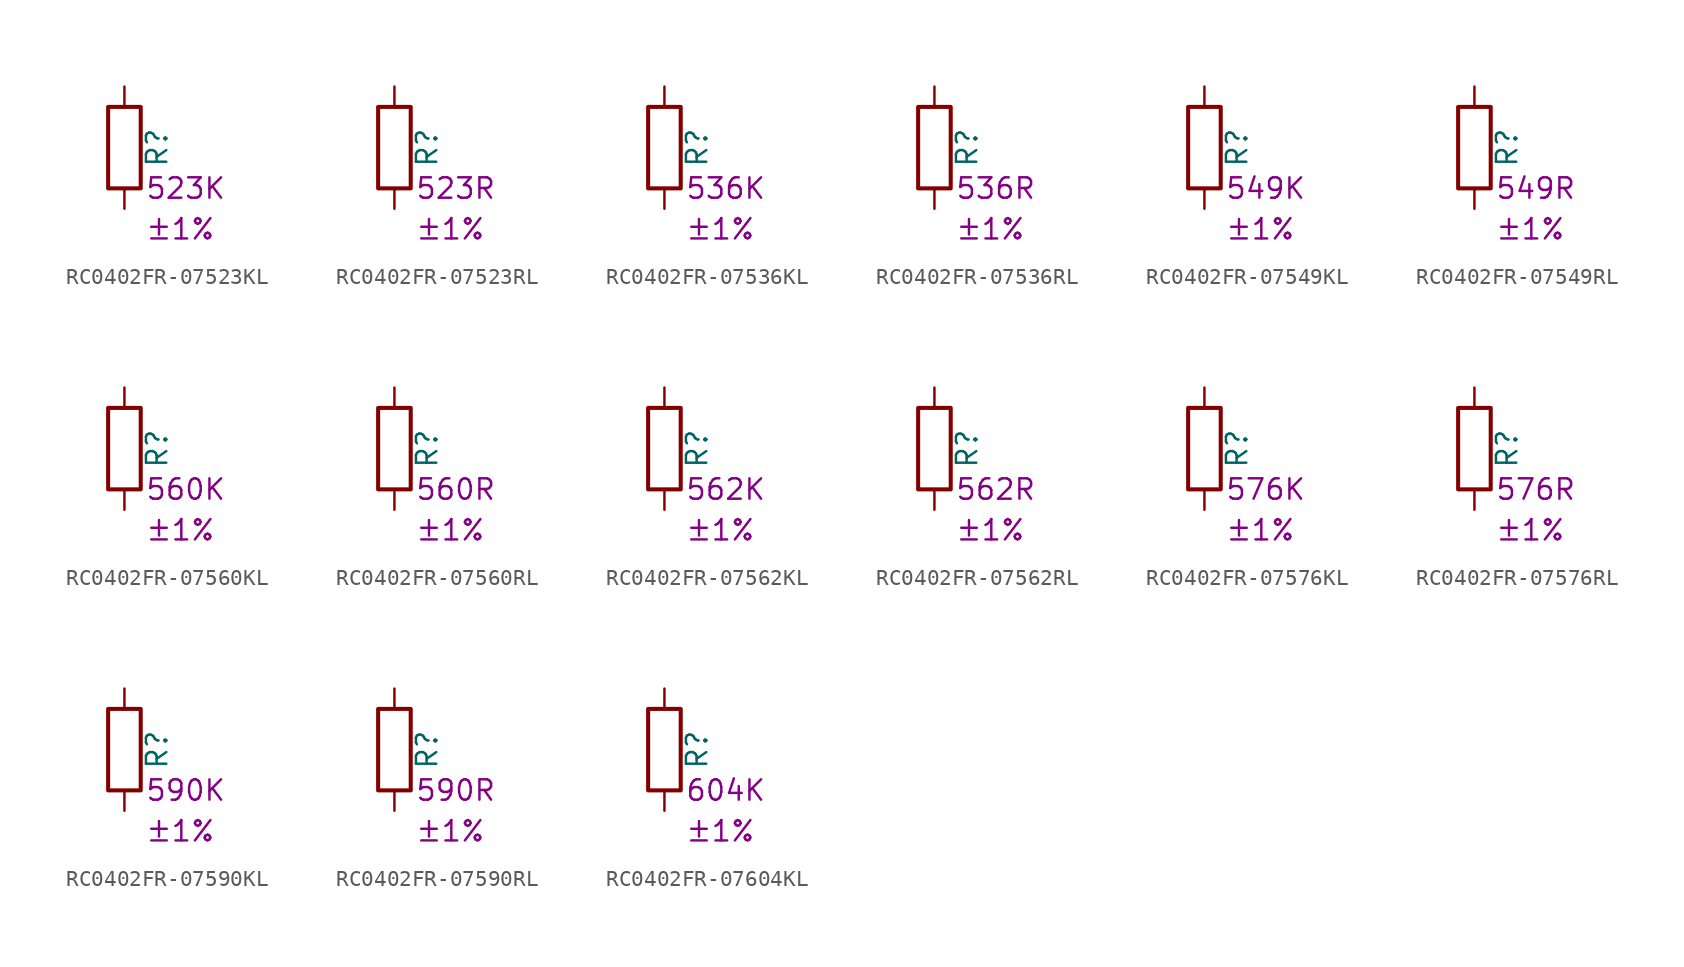
<source format=kicad_sym>
(kicad_symbol_lib
  (version 20220914)
  (generator kicad_symbol_editor)
  (symbol "RC0402FR-07523KL"
    (pin_numbers hide)
    (pin_names
      (offset 0))
    (property "Reference" "R"
      (at 2.032 0 90)
      (effects (font (size 1.27 1.27))))
    (property "Resistance" "523K"
      (at 1.27 -2.54 0)
      (effects (font (size 1.27 1.27)) (justify left)))
    (property "Tolerance" "±1%"
      (at 1.27 -5.08 0)
      (effects (font (size 1.27 1.27)) (justify left)))
    (symbol "RC0402FR-07523KL_0_1"
      (rectangle (start -1.016 -2.54) (end 1.016 2.54) (stroke (width 0.254) (type default)) (fill (type none))))
    (symbol "RC0402FR-07523KL_1_1"
      (pin passive line (at 0 3.81 270) (length 1.27) (name "~" (effects (font (size 1.27 1.27)))) (number "1" (effects (font (size 1.27 1.27)))))
      (pin passive line (at 0 -3.81 90) (length 1.27) (name "~" (effects (font (size 1.27 1.27)))) (number "2" (effects (font (size 1.27 1.27)))))))
  (symbol "RC0402FR-07523RL"
    (pin_numbers hide)
    (pin_names
      (offset 0))
    (property "Reference" "R"
      (at 2.032 0 90)
      (effects (font (size 1.27 1.27))))
    (property "Resistance" "523R"
      (at 1.27 -2.54 0)
      (effects (font (size 1.27 1.27)) (justify left)))
    (property "Tolerance" "±1%"
      (at 1.27 -5.08 0)
      (effects (font (size 1.27 1.27)) (justify left)))
    (symbol "RC0402FR-07523RL_0_1"
      (rectangle (start -1.016 -2.54) (end 1.016 2.54) (stroke (width 0.254) (type default)) (fill (type none))))
    (symbol "RC0402FR-07523RL_1_1"
      (pin passive line (at 0 3.81 270) (length 1.27) (name "~" (effects (font (size 1.27 1.27)))) (number "1" (effects (font (size 1.27 1.27)))))
      (pin passive line (at 0 -3.81 90) (length 1.27) (name "~" (effects (font (size 1.27 1.27)))) (number "2" (effects (font (size 1.27 1.27)))))))
  (symbol "RC0402FR-07536KL"
    (pin_numbers hide)
    (pin_names
      (offset 0))
    (property "Reference" "R"
      (at 2.032 0 90)
      (effects (font (size 1.27 1.27))))
    (property "Resistance" "536K"
      (at 1.27 -2.54 0)
      (effects (font (size 1.27 1.27)) (justify left)))
    (property "Tolerance" "±1%"
      (at 1.27 -5.08 0)
      (effects (font (size 1.27 1.27)) (justify left)))
    (symbol "RC0402FR-07536KL_0_1"
      (rectangle (start -1.016 -2.54) (end 1.016 2.54) (stroke (width 0.254) (type default)) (fill (type none))))
    (symbol "RC0402FR-07536KL_1_1"
      (pin passive line (at 0 3.81 270) (length 1.27) (name "~" (effects (font (size 1.27 1.27)))) (number "1" (effects (font (size 1.27 1.27)))))
      (pin passive line (at 0 -3.81 90) (length 1.27) (name "~" (effects (font (size 1.27 1.27)))) (number "2" (effects (font (size 1.27 1.27)))))))
  (symbol "RC0402FR-07536RL"
    (pin_numbers hide)
    (pin_names
      (offset 0))
    (property "Reference" "R"
      (at 2.032 0 90)
      (effects (font (size 1.27 1.27))))
    (property "Resistance" "536R"
      (at 1.27 -2.54 0)
      (effects (font (size 1.27 1.27)) (justify left)))
    (property "Tolerance" "±1%"
      (at 1.27 -5.08 0)
      (effects (font (size 1.27 1.27)) (justify left)))
    (symbol "RC0402FR-07536RL_0_1"
      (rectangle (start -1.016 -2.54) (end 1.016 2.54) (stroke (width 0.254) (type default)) (fill (type none))))
    (symbol "RC0402FR-07536RL_1_1"
      (pin passive line (at 0 3.81 270) (length 1.27) (name "~" (effects (font (size 1.27 1.27)))) (number "1" (effects (font (size 1.27 1.27)))))
      (pin passive line (at 0 -3.81 90) (length 1.27) (name "~" (effects (font (size 1.27 1.27)))) (number "2" (effects (font (size 1.27 1.27)))))))
  (symbol "RC0402FR-07549KL"
    (pin_numbers hide)
    (pin_names
      (offset 0))
    (property "Reference" "R"
      (at 2.032 0 90)
      (effects (font (size 1.27 1.27))))
    (property "Resistance" "549K"
      (at 1.27 -2.54 0)
      (effects (font (size 1.27 1.27)) (justify left)))
    (property "Tolerance" "±1%"
      (at 1.27 -5.08 0)
      (effects (font (size 1.27 1.27)) (justify left)))
    (symbol "RC0402FR-07549KL_0_1"
      (rectangle (start -1.016 -2.54) (end 1.016 2.54) (stroke (width 0.254) (type default)) (fill (type none))))
    (symbol "RC0402FR-07549KL_1_1"
      (pin passive line (at 0 3.81 270) (length 1.27) (name "~" (effects (font (size 1.27 1.27)))) (number "1" (effects (font (size 1.27 1.27)))))
      (pin passive line (at 0 -3.81 90) (length 1.27) (name "~" (effects (font (size 1.27 1.27)))) (number "2" (effects (font (size 1.27 1.27)))))))
  (symbol "RC0402FR-07549RL"
    (pin_numbers hide)
    (pin_names
      (offset 0))
    (property "Reference" "R"
      (at 2.032 0 90)
      (effects (font (size 1.27 1.27))))
    (property "Resistance" "549R"
      (at 1.27 -2.54 0)
      (effects (font (size 1.27 1.27)) (justify left)))
    (property "Tolerance" "±1%"
      (at 1.27 -5.08 0)
      (effects (font (size 1.27 1.27)) (justify left)))
    (symbol "RC0402FR-07549RL_0_1"
      (rectangle (start -1.016 -2.54) (end 1.016 2.54) (stroke (width 0.254) (type default)) (fill (type none))))
    (symbol "RC0402FR-07549RL_1_1"
      (pin passive line (at 0 3.81 270) (length 1.27) (name "~" (effects (font (size 1.27 1.27)))) (number "1" (effects (font (size 1.27 1.27)))))
      (pin passive line (at 0 -3.81 90) (length 1.27) (name "~" (effects (font (size 1.27 1.27)))) (number "2" (effects (font (size 1.27 1.27)))))))
  (symbol "RC0402FR-07560KL"
    (pin_numbers hide)
    (pin_names
      (offset 0))
    (property "Reference" "R"
      (at 2.032 0 90)
      (effects (font (size 1.27 1.27))))
    (property "Resistance" "560K"
      (at 1.27 -2.54 0)
      (effects (font (size 1.27 1.27)) (justify left)))
    (property "Tolerance" "±1%"
      (at 1.27 -5.08 0)
      (effects (font (size 1.27 1.27)) (justify left)))
    (symbol "RC0402FR-07560KL_0_1"
      (rectangle (start -1.016 -2.54) (end 1.016 2.54) (stroke (width 0.254) (type default)) (fill (type none))))
    (symbol "RC0402FR-07560KL_1_1"
      (pin passive line (at 0 3.81 270) (length 1.27) (name "~" (effects (font (size 1.27 1.27)))) (number "1" (effects (font (size 1.27 1.27)))))
      (pin passive line (at 0 -3.81 90) (length 1.27) (name "~" (effects (font (size 1.27 1.27)))) (number "2" (effects (font (size 1.27 1.27)))))))
  (symbol "RC0402FR-07560RL"
    (pin_numbers hide)
    (pin_names
      (offset 0))
    (property "Reference" "R"
      (at 2.032 0 90)
      (effects (font (size 1.27 1.27))))
    (property "Resistance" "560R"
      (at 1.27 -2.54 0)
      (effects (font (size 1.27 1.27)) (justify left)))
    (property "Tolerance" "±1%"
      (at 1.27 -5.08 0)
      (effects (font (size 1.27 1.27)) (justify left)))
    (symbol "RC0402FR-07560RL_0_1"
      (rectangle (start -1.016 -2.54) (end 1.016 2.54) (stroke (width 0.254) (type default)) (fill (type none))))
    (symbol "RC0402FR-07560RL_1_1"
      (pin passive line (at 0 3.81 270) (length 1.27) (name "~" (effects (font (size 1.27 1.27)))) (number "1" (effects (font (size 1.27 1.27)))))
      (pin passive line (at 0 -3.81 90) (length 1.27) (name "~" (effects (font (size 1.27 1.27)))) (number "2" (effects (font (size 1.27 1.27)))))))
  (symbol "RC0402FR-07562KL"
    (pin_numbers hide)
    (pin_names
      (offset 0))
    (property "Reference" "R"
      (at 2.032 0 90)
      (effects (font (size 1.27 1.27))))
    (property "Resistance" "562K"
      (at 1.27 -2.54 0)
      (effects (font (size 1.27 1.27)) (justify left)))
    (property "Tolerance" "±1%"
      (at 1.27 -5.08 0)
      (effects (font (size 1.27 1.27)) (justify left)))
    (symbol "RC0402FR-07562KL_0_1"
      (rectangle (start -1.016 -2.54) (end 1.016 2.54) (stroke (width 0.254) (type default)) (fill (type none))))
    (symbol "RC0402FR-07562KL_1_1"
      (pin passive line (at 0 3.81 270) (length 1.27) (name "~" (effects (font (size 1.27 1.27)))) (number "1" (effects (font (size 1.27 1.27)))))
      (pin passive line (at 0 -3.81 90) (length 1.27) (name "~" (effects (font (size 1.27 1.27)))) (number "2" (effects (font (size 1.27 1.27)))))))
  (symbol "RC0402FR-07562RL"
    (pin_numbers hide)
    (pin_names
      (offset 0))
    (property "Reference" "R"
      (at 2.032 0 90)
      (effects (font (size 1.27 1.27))))
    (property "Resistance" "562R"
      (at 1.27 -2.54 0)
      (effects (font (size 1.27 1.27)) (justify left)))
    (property "Tolerance" "±1%"
      (at 1.27 -5.08 0)
      (effects (font (size 1.27 1.27)) (justify left)))
    (symbol "RC0402FR-07562RL_0_1"
      (rectangle (start -1.016 -2.54) (end 1.016 2.54) (stroke (width 0.254) (type default)) (fill (type none))))
    (symbol "RC0402FR-07562RL_1_1"
      (pin passive line (at 0 3.81 270) (length 1.27) (name "~" (effects (font (size 1.27 1.27)))) (number "1" (effects (font (size 1.27 1.27)))))
      (pin passive line (at 0 -3.81 90) (length 1.27) (name "~" (effects (font (size 1.27 1.27)))) (number "2" (effects (font (size 1.27 1.27)))))))
  (symbol "RC0402FR-07576KL"
    (pin_numbers hide)
    (pin_names
      (offset 0))
    (property "Reference" "R"
      (at 2.032 0 90)
      (effects (font (size 1.27 1.27))))
    (property "Resistance" "576K"
      (at 1.27 -2.54 0)
      (effects (font (size 1.27 1.27)) (justify left)))
    (property "Tolerance" "±1%"
      (at 1.27 -5.08 0)
      (effects (font (size 1.27 1.27)) (justify left)))
    (symbol "RC0402FR-07576KL_0_1"
      (rectangle (start -1.016 -2.54) (end 1.016 2.54) (stroke (width 0.254) (type default)) (fill (type none))))
    (symbol "RC0402FR-07576KL_1_1"
      (pin passive line (at 0 3.81 270) (length 1.27) (name "~" (effects (font (size 1.27 1.27)))) (number "1" (effects (font (size 1.27 1.27)))))
      (pin passive line (at 0 -3.81 90) (length 1.27) (name "~" (effects (font (size 1.27 1.27)))) (number "2" (effects (font (size 1.27 1.27)))))))
  (symbol "RC0402FR-07576RL"
    (pin_numbers hide)
    (pin_names
      (offset 0))
    (property "Reference" "R"
      (at 2.032 0 90)
      (effects (font (size 1.27 1.27))))
    (property "Resistance" "576R"
      (at 1.27 -2.54 0)
      (effects (font (size 1.27 1.27)) (justify left)))
    (property "Tolerance" "±1%"
      (at 1.27 -5.08 0)
      (effects (font (size 1.27 1.27)) (justify left)))
    (symbol "RC0402FR-07576RL_0_1"
      (rectangle (start -1.016 -2.54) (end 1.016 2.54) (stroke (width 0.254) (type default)) (fill (type none))))
    (symbol "RC0402FR-07576RL_1_1"
      (pin passive line (at 0 3.81 270) (length 1.27) (name "~" (effects (font (size 1.27 1.27)))) (number "1" (effects (font (size 1.27 1.27)))))
      (pin passive line (at 0 -3.81 90) (length 1.27) (name "~" (effects (font (size 1.27 1.27)))) (number "2" (effects (font (size 1.27 1.27)))))))
  (symbol "RC0402FR-07590KL"
    (pin_numbers hide)
    (pin_names
      (offset 0))
    (property "Reference" "R"
      (at 2.032 0 90)
      (effects (font (size 1.27 1.27))))
    (property "Resistance" "590K"
      (at 1.27 -2.54 0)
      (effects (font (size 1.27 1.27)) (justify left)))
    (property "Tolerance" "±1%"
      (at 1.27 -5.08 0)
      (effects (font (size 1.27 1.27)) (justify left)))
    (symbol "RC0402FR-07590KL_0_1"
      (rectangle (start -1.016 -2.54) (end 1.016 2.54) (stroke (width 0.254) (type default)) (fill (type none))))
    (symbol "RC0402FR-07590KL_1_1"
      (pin passive line (at 0 3.81 270) (length 1.27) (name "~" (effects (font (size 1.27 1.27)))) (number "1" (effects (font (size 1.27 1.27)))))
      (pin passive line (at 0 -3.81 90) (length 1.27) (name "~" (effects (font (size 1.27 1.27)))) (number "2" (effects (font (size 1.27 1.27)))))))
  (symbol "RC0402FR-07590RL"
    (pin_numbers hide)
    (pin_names
      (offset 0))
    (property "Reference" "R"
      (at 2.032 0 90)
      (effects (font (size 1.27 1.27))))
    (property "Resistance" "590R"
      (at 1.27 -2.54 0)
      (effects (font (size 1.27 1.27)) (justify left)))
    (property "Tolerance" "±1%"
      (at 1.27 -5.08 0)
      (effects (font (size 1.27 1.27)) (justify left)))
    (symbol "RC0402FR-07590RL_0_1"
      (rectangle (start -1.016 -2.54) (end 1.016 2.54) (stroke (width 0.254) (type default)) (fill (type none))))
    (symbol "RC0402FR-07590RL_1_1"
      (pin passive line (at 0 3.81 270) (length 1.27) (name "~" (effects (font (size 1.27 1.27)))) (number "1" (effects (font (size 1.27 1.27)))))
      (pin passive line (at 0 -3.81 90) (length 1.27) (name "~" (effects (font (size 1.27 1.27)))) (number "2" (effects (font (size 1.27 1.27)))))))
  (symbol "RC0402FR-07604KL"
    (pin_numbers hide)
    (pin_names
      (offset 0))
    (property "Reference" "R"
      (at 2.032 0 90)
      (effects (font (size 1.27 1.27))))
    (property "Resistance" "604K"
      (at 1.27 -2.54 0)
      (effects (font (size 1.27 1.27)) (justify left)))
    (property "Tolerance" "±1%"
      (at 1.27 -5.08 0)
      (effects (font (size 1.27 1.27)) (justify left)))
    (symbol "RC0402FR-07604KL_0_1"
      (rectangle (start -1.016 -2.54) (end 1.016 2.54) (stroke (width 0.254) (type default)) (fill (type none))))
    (symbol "RC0402FR-07604KL_1_1"
      (pin passive line (at 0 3.81 270) (length 1.27) (name "~" (effects (font (size 1.27 1.27)))) (number "1" (effects (font (size 1.27 1.27)))))
      (pin passive line (at 0 -3.81 90) (length 1.27) (name "~" (effects (font (size 1.27 1.27)))) (number "2" (effects (font (size 1.27 1.27))))))))
</source>
